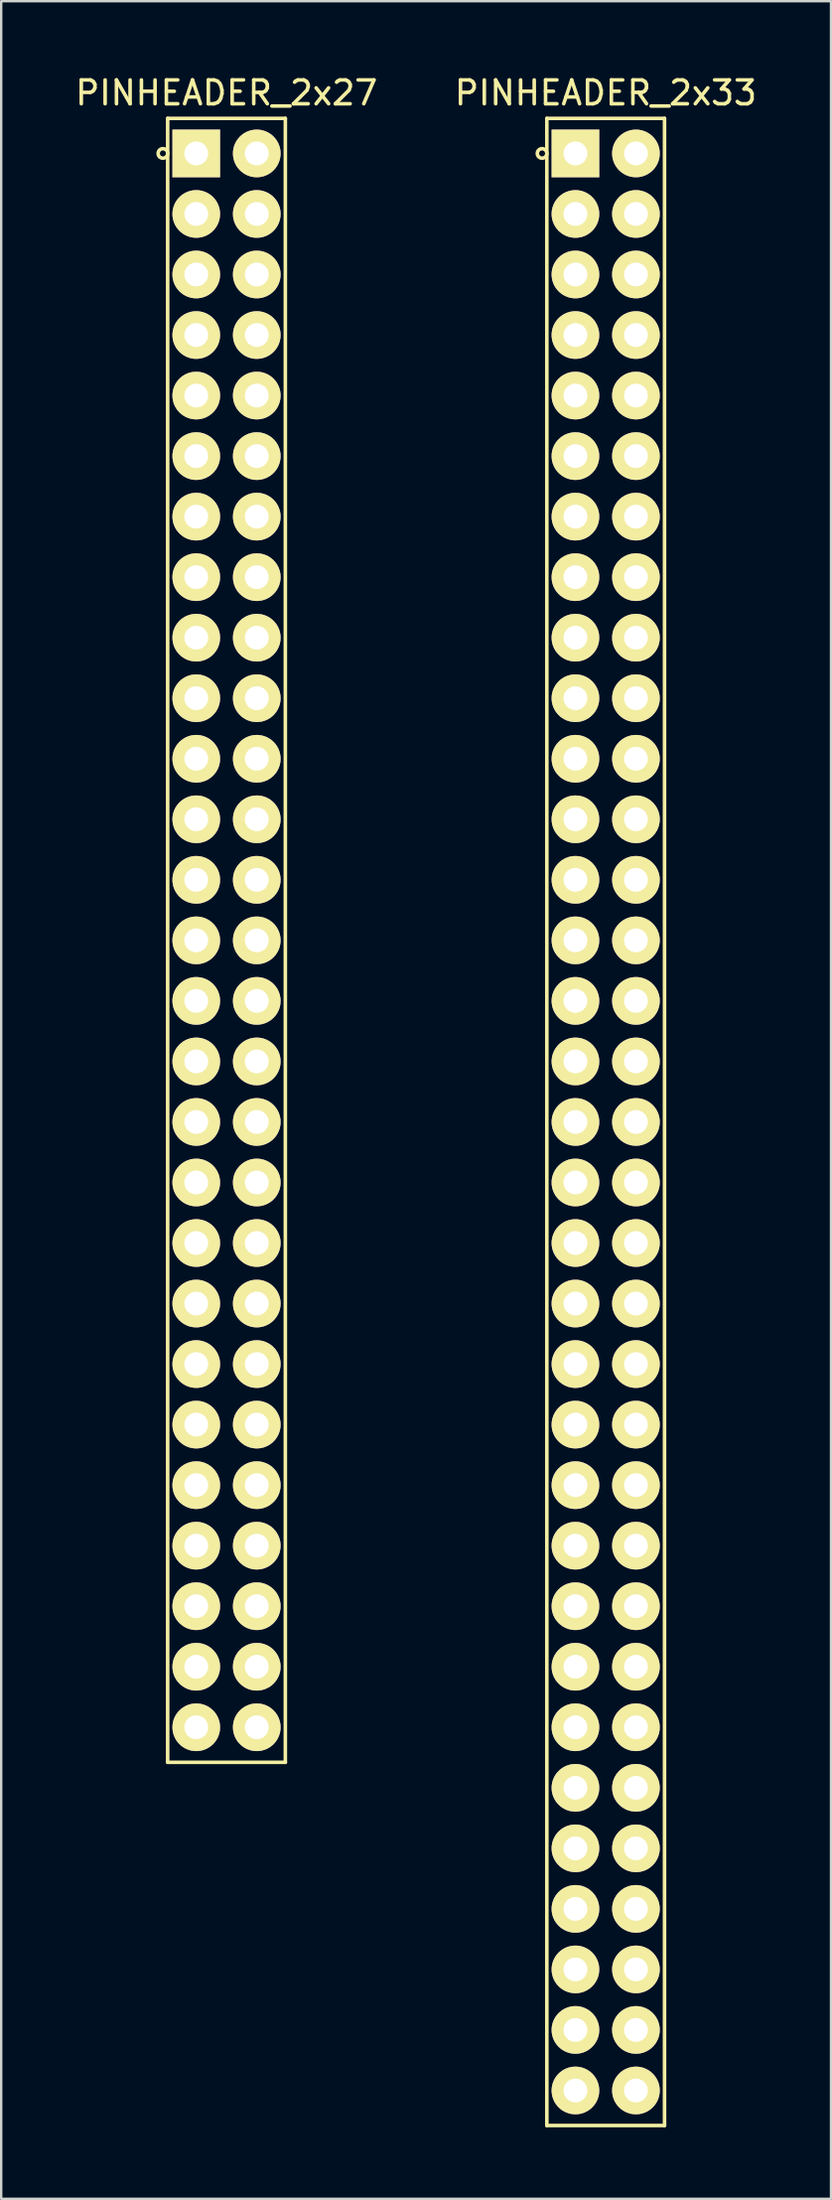
<source format=kicad_pcb>
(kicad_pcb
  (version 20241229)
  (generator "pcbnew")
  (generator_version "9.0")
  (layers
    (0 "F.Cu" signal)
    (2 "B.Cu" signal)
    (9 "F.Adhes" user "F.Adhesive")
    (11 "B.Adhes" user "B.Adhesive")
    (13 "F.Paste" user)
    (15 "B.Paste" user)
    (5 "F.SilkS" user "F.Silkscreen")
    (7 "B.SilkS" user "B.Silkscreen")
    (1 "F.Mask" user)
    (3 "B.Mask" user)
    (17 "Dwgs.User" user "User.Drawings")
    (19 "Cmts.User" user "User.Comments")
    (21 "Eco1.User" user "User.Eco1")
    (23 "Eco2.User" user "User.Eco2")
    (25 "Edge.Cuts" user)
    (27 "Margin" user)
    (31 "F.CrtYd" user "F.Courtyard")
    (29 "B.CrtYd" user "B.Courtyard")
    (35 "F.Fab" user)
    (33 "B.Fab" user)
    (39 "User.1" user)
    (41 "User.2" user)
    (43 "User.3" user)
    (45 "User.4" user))
  (footprint "PINHEADER_2x27"
    (layer "F.Cu")
    (at 5.188 3.388)
    (property "Reference" "PINHEADER_2x27" (at 1.27 -2.54 0) (layer "F.SilkS") (effects (font (size 1 1) (thickness 0.15))))
    (attr through_hole)
    (fp_line (start -1.2 -1.47) (end 3.74 -1.47) (stroke (width 0.15) (type solid)) (layer "F.SilkS"))
    (fp_line (start -1.2 67.51) (end -1.2 -1.47) (stroke (width 0.15) (type solid)) (layer "F.SilkS"))
    (fp_line (start 3.74 -1.47) (end 3.74 67.51) (stroke (width 0.15) (type solid)) (layer "F.SilkS"))
    (fp_line (start 3.74 67.51) (end -1.2 67.51) (stroke (width 0.15) (type solid)) (layer "F.SilkS"))
    (fp_circle (center -1.4 0) (end -1.4 0.2) (stroke (width 0.15) (type solid)) (fill no) (layer "F.SilkS"))
    (pad "1" thru_hole rect (at 0 0) (size 2 2) (drill 1) (layers "*.Cu" "*.Mask" "F.SilkS"))
    (pad "2" thru_hole circle (at 0 2.54) (size 2 2) (drill 1) (layers "*.Cu" "*.Mask" "F.SilkS"))
    (pad "3" thru_hole circle (at 0 5.08) (size 2 2) (drill 1) (layers "*.Cu" "*.Mask" "F.SilkS"))
    (pad "4" thru_hole circle (at 0 7.62) (size 2 2) (drill 1) (layers "*.Cu" "*.Mask" "F.SilkS"))
    (pad "5" thru_hole circle (at 0 10.16) (size 2 2) (drill 1) (layers "*.Cu" "*.Mask" "F.SilkS"))
    (pad "6" thru_hole circle (at 0 12.7) (size 2 2) (drill 1) (layers "*.Cu" "*.Mask" "F.SilkS"))
    (pad "7" thru_hole circle (at 0 15.24) (size 2 2) (drill 1) (layers "*.Cu" "*.Mask" "F.SilkS"))
    (pad "8" thru_hole circle (at 0 17.78) (size 2 2) (drill 1) (layers "*.Cu" "*.Mask" "F.SilkS"))
    (pad "9" thru_hole circle (at 0 20.32) (size 2 2) (drill 1) (layers "*.Cu" "*.Mask" "F.SilkS"))
    (pad "10" thru_hole circle (at 0 22.86) (size 2 2) (drill 1) (layers "*.Cu" "*.Mask" "F.SilkS"))
    (pad "11" thru_hole circle (at 0 25.4) (size 2 2) (drill 1) (layers "*.Cu" "*.Mask" "F.SilkS"))
    (pad "12" thru_hole circle (at 0 27.94) (size 2 2) (drill 1) (layers "*.Cu" "*.Mask" "F.SilkS"))
    (pad "13" thru_hole circle (at 0 30.48) (size 2 2) (drill 1) (layers "*.Cu" "*.Mask" "F.SilkS"))
    (pad "14" thru_hole circle (at 0 33.02) (size 2 2) (drill 1) (layers "*.Cu" "*.Mask" "F.SilkS"))
    (pad "15" thru_hole circle (at 0 35.56) (size 2 2) (drill 1) (layers "*.Cu" "*.Mask" "F.SilkS"))
    (pad "16" thru_hole circle (at 0 38.1) (size 2 2) (drill 1) (layers "*.Cu" "*.Mask" "F.SilkS"))
    (pad "17" thru_hole circle (at 0 40.64) (size 2 2) (drill 1) (layers "*.Cu" "*.Mask" "F.SilkS"))
    (pad "18" thru_hole circle (at 0 43.18) (size 2 2) (drill 1) (layers "*.Cu" "*.Mask" "F.SilkS"))
    (pad "19" thru_hole circle (at 0 45.72) (size 2 2) (drill 1) (layers "*.Cu" "*.Mask" "F.SilkS"))
    (pad "20" thru_hole circle (at 0 48.26) (size 2 2) (drill 1) (layers "*.Cu" "*.Mask" "F.SilkS"))
    (pad "21" thru_hole circle (at 0 50.8) (size 2 2) (drill 1) (layers "*.Cu" "*.Mask" "F.SilkS"))
    (pad "22" thru_hole circle (at 0 53.34) (size 2 2) (drill 1) (layers "*.Cu" "*.Mask" "F.SilkS"))
    (pad "23" thru_hole circle (at 0 55.88) (size 2 2) (drill 1) (layers "*.Cu" "*.Mask" "F.SilkS"))
    (pad "24" thru_hole circle (at 0 58.42) (size 2 2) (drill 1) (layers "*.Cu" "*.Mask" "F.SilkS"))
    (pad "25" thru_hole circle (at 0 60.96) (size 2 2) (drill 1) (layers "*.Cu" "*.Mask" "F.SilkS"))
    (pad "26" thru_hole circle (at 0 63.5) (size 2 2) (drill 1) (layers "*.Cu" "*.Mask" "F.SilkS"))
    (pad "27" thru_hole circle (at 0 66.04) (size 2 2) (drill 1) (layers "*.Cu" "*.Mask" "F.SilkS"))
    (pad "28" thru_hole circle (at 2.54 66.04) (size 2 2) (drill 1) (layers "*.Cu" "*.Mask" "F.SilkS"))
    (pad "29" thru_hole circle (at 2.54 63.5) (size 2 2) (drill 1) (layers "*.Cu" "*.Mask" "F.SilkS"))
    (pad "30" thru_hole circle (at 2.54 60.96) (size 2 2) (drill 1) (layers "*.Cu" "*.Mask" "F.SilkS"))
    (pad "31" thru_hole circle (at 2.54 58.42) (size 2 2) (drill 1) (layers "*.Cu" "*.Mask" "F.SilkS"))
    (pad "32" thru_hole circle (at 2.54 55.88) (size 2 2) (drill 1) (layers "*.Cu" "*.Mask" "F.SilkS"))
    (pad "33" thru_hole circle (at 2.54 53.34) (size 2 2) (drill 1) (layers "*.Cu" "*.Mask" "F.SilkS"))
    (pad "34" thru_hole circle (at 2.54 50.8) (size 2 2) (drill 1) (layers "*.Cu" "*.Mask" "F.SilkS"))
    (pad "35" thru_hole circle (at 2.54 48.26) (size 2 2) (drill 1) (layers "*.Cu" "*.Mask" "F.SilkS"))
    (pad "36" thru_hole circle (at 2.54 45.72) (size 2 2) (drill 1) (layers "*.Cu" "*.Mask" "F.SilkS"))
    (pad "37" thru_hole circle (at 2.54 43.18) (size 2 2) (drill 1) (layers "*.Cu" "*.Mask" "F.SilkS"))
    (pad "38" thru_hole circle (at 2.54 40.64) (size 2 2) (drill 1) (layers "*.Cu" "*.Mask" "F.SilkS"))
    (pad "39" thru_hole circle (at 2.54 38.1) (size 2 2) (drill 1) (layers "*.Cu" "*.Mask" "F.SilkS"))
    (pad "40" thru_hole circle (at 2.54 35.56) (size 2 2) (drill 1) (layers "*.Cu" "*.Mask" "F.SilkS"))
    (pad "41" thru_hole circle (at 2.54 33.02) (size 2 2) (drill 1) (layers "*.Cu" "*.Mask" "F.SilkS"))
    (pad "42" thru_hole circle (at 2.54 30.48) (size 2 2) (drill 1) (layers "*.Cu" "*.Mask" "F.SilkS"))
    (pad "43" thru_hole circle (at 2.54 27.94) (size 2 2) (drill 1) (layers "*.Cu" "*.Mask" "F.SilkS"))
    (pad "44" thru_hole circle (at 2.54 25.4) (size 2 2) (drill 1) (layers "*.Cu" "*.Mask" "F.SilkS"))
    (pad "45" thru_hole circle (at 2.54 22.86) (size 2 2) (drill 1) (layers "*.Cu" "*.Mask" "F.SilkS"))
    (pad "46" thru_hole circle (at 2.54 20.32) (size 2 2) (drill 1) (layers "*.Cu" "*.Mask" "F.SilkS"))
    (pad "47" thru_hole circle (at 2.54 17.78) (size 2 2) (drill 1) (layers "*.Cu" "*.Mask" "F.SilkS"))
    (pad "48" thru_hole circle (at 2.54 15.24) (size 2 2) (drill 1) (layers "*.Cu" "*.Mask" "F.SilkS"))
    (pad "49" thru_hole circle (at 2.54 12.7) (size 2 2) (drill 1) (layers "*.Cu" "*.Mask" "F.SilkS"))
    (pad "50" thru_hole circle (at 2.54 10.16) (size 2 2) (drill 1) (layers "*.Cu" "*.Mask" "F.SilkS"))
    (pad "51" thru_hole circle (at 2.54 7.62) (size 2 2) (drill 1) (layers "*.Cu" "*.Mask" "F.SilkS"))
    (pad "52" thru_hole circle (at 2.54 5.08) (size 2 2) (drill 1) (layers "*.Cu" "*.Mask" "F.SilkS"))
    (pad "53" thru_hole circle (at 2.54 2.54) (size 2 2) (drill 1) (layers "*.Cu" "*.Mask" "F.SilkS"))
    (pad "54" thru_hole circle (at 2.54 0) (size 2 2) (drill 1) (layers "*.Cu" "*.Mask" "F.SilkS")))
  (footprint "PINHEADER_2x33"
    (layer "F.Cu")
    (at 21.105 3.388)
    (property "Reference" "PINHEADER_2x33" (at 1.27 -2.54 0) (layer "F.SilkS") (effects (font (size 1 1) (thickness 0.15))))
    (attr through_hole)
    (fp_line (start -1.2 -1.47) (end 3.74 -1.47) (stroke (width 0.15) (type solid)) (layer "F.SilkS"))
    (fp_line (start -1.2 82.75) (end -1.2 -1.47) (stroke (width 0.15) (type solid)) (layer "F.SilkS"))
    (fp_line (start 3.74 -1.47) (end 3.74 82.75) (stroke (width 0.15) (type solid)) (layer "F.SilkS"))
    (fp_line (start 3.74 82.75) (end -1.2 82.75) (stroke (width 0.15) (type solid)) (layer "F.SilkS"))
    (fp_circle (center -1.4 0) (end -1.4 0.2) (stroke (width 0.15) (type solid)) (fill no) (layer "F.SilkS"))
    (pad "1" thru_hole rect (at 0 0) (size 2 2) (drill 1) (layers "*.Cu" "*.Mask" "F.SilkS"))
    (pad "2" thru_hole circle (at 0 2.54) (size 2 2) (drill 1) (layers "*.Cu" "*.Mask" "F.SilkS"))
    (pad "3" thru_hole circle (at 0 5.08) (size 2 2) (drill 1) (layers "*.Cu" "*.Mask" "F.SilkS"))
    (pad "4" thru_hole circle (at 0 7.62) (size 2 2) (drill 1) (layers "*.Cu" "*.Mask" "F.SilkS"))
    (pad "5" thru_hole circle (at 0 10.16) (size 2 2) (drill 1) (layers "*.Cu" "*.Mask" "F.SilkS"))
    (pad "6" thru_hole circle (at 0 12.7) (size 2 2) (drill 1) (layers "*.Cu" "*.Mask" "F.SilkS"))
    (pad "7" thru_hole circle (at 0 15.24) (size 2 2) (drill 1) (layers "*.Cu" "*.Mask" "F.SilkS"))
    (pad "8" thru_hole circle (at 0 17.78) (size 2 2) (drill 1) (layers "*.Cu" "*.Mask" "F.SilkS"))
    (pad "9" thru_hole circle (at 0 20.32) (size 2 2) (drill 1) (layers "*.Cu" "*.Mask" "F.SilkS"))
    (pad "10" thru_hole circle (at 0 22.86) (size 2 2) (drill 1) (layers "*.Cu" "*.Mask" "F.SilkS"))
    (pad "11" thru_hole circle (at 0 25.4) (size 2 2) (drill 1) (layers "*.Cu" "*.Mask" "F.SilkS"))
    (pad "12" thru_hole circle (at 0 27.94) (size 2 2) (drill 1) (layers "*.Cu" "*.Mask" "F.SilkS"))
    (pad "13" thru_hole circle (at 0 30.48) (size 2 2) (drill 1) (layers "*.Cu" "*.Mask" "F.SilkS"))
    (pad "14" thru_hole circle (at 0 33.02) (size 2 2) (drill 1) (layers "*.Cu" "*.Mask" "F.SilkS"))
    (pad "15" thru_hole circle (at 0 35.56) (size 2 2) (drill 1) (layers "*.Cu" "*.Mask" "F.SilkS"))
    (pad "16" thru_hole circle (at 0 38.1) (size 2 2) (drill 1) (layers "*.Cu" "*.Mask" "F.SilkS"))
    (pad "17" thru_hole circle (at 0 40.64) (size 2 2) (drill 1) (layers "*.Cu" "*.Mask" "F.SilkS"))
    (pad "18" thru_hole circle (at 0 43.18) (size 2 2) (drill 1) (layers "*.Cu" "*.Mask" "F.SilkS"))
    (pad "19" thru_hole circle (at 0 45.72) (size 2 2) (drill 1) (layers "*.Cu" "*.Mask" "F.SilkS"))
    (pad "20" thru_hole circle (at 0 48.26) (size 2 2) (drill 1) (layers "*.Cu" "*.Mask" "F.SilkS"))
    (pad "21" thru_hole circle (at 0 50.8) (size 2 2) (drill 1) (layers "*.Cu" "*.Mask" "F.SilkS"))
    (pad "22" thru_hole circle (at 0 53.34) (size 2 2) (drill 1) (layers "*.Cu" "*.Mask" "F.SilkS"))
    (pad "23" thru_hole circle (at 0 55.88) (size 2 2) (drill 1) (layers "*.Cu" "*.Mask" "F.SilkS"))
    (pad "24" thru_hole circle (at 0 58.42) (size 2 2) (drill 1) (layers "*.Cu" "*.Mask" "F.SilkS"))
    (pad "25" thru_hole circle (at 0 60.96) (size 2 2) (drill 1) (layers "*.Cu" "*.Mask" "F.SilkS"))
    (pad "26" thru_hole circle (at 0 63.5) (size 2 2) (drill 1) (layers "*.Cu" "*.Mask" "F.SilkS"))
    (pad "27" thru_hole circle (at 0 66.04) (size 2 2) (drill 1) (layers "*.Cu" "*.Mask" "F.SilkS"))
    (pad "28" thru_hole circle (at 0 68.58) (size 2 2) (drill 1) (layers "*.Cu" "*.Mask" "F.SilkS"))
    (pad "29" thru_hole circle (at 0 71.12) (size 2 2) (drill 1) (layers "*.Cu" "*.Mask" "F.SilkS"))
    (pad "30" thru_hole circle (at 0 73.66) (size 2 2) (drill 1) (layers "*.Cu" "*.Mask" "F.SilkS"))
    (pad "31" thru_hole circle (at 0 76.2) (size 2 2) (drill 1) (layers "*.Cu" "*.Mask" "F.SilkS"))
    (pad "32" thru_hole circle (at 0 78.74) (size 2 2) (drill 1) (layers "*.Cu" "*.Mask" "F.SilkS"))
    (pad "33" thru_hole circle (at 0 81.28) (size 2 2) (drill 1) (layers "*.Cu" "*.Mask" "F.SilkS"))
    (pad "34" thru_hole circle (at 2.54 81.28) (size 2 2) (drill 1) (layers "*.Cu" "*.Mask" "F.SilkS"))
    (pad "35" thru_hole circle (at 2.54 78.74) (size 2 2) (drill 1) (layers "*.Cu" "*.Mask" "F.SilkS"))
    (pad "36" thru_hole circle (at 2.54 76.2) (size 2 2) (drill 1) (layers "*.Cu" "*.Mask" "F.SilkS"))
    (pad "37" thru_hole circle (at 2.54 73.66) (size 2 2) (drill 1) (layers "*.Cu" "*.Mask" "F.SilkS"))
    (pad "38" thru_hole circle (at 2.54 71.12) (size 2 2) (drill 1) (layers "*.Cu" "*.Mask" "F.SilkS"))
    (pad "39" thru_hole circle (at 2.54 68.58) (size 2 2) (drill 1) (layers "*.Cu" "*.Mask" "F.SilkS"))
    (pad "40" thru_hole circle (at 2.54 66.04) (size 2 2) (drill 1) (layers "*.Cu" "*.Mask" "F.SilkS"))
    (pad "41" thru_hole circle (at 2.54 63.5) (size 2 2) (drill 1) (layers "*.Cu" "*.Mask" "F.SilkS"))
    (pad "42" thru_hole circle (at 2.54 60.96) (size 2 2) (drill 1) (layers "*.Cu" "*.Mask" "F.SilkS"))
    (pad "43" thru_hole circle (at 2.54 58.42) (size 2 2) (drill 1) (layers "*.Cu" "*.Mask" "F.SilkS"))
    (pad "44" thru_hole circle (at 2.54 55.88) (size 2 2) (drill 1) (layers "*.Cu" "*.Mask" "F.SilkS"))
    (pad "45" thru_hole circle (at 2.54 53.34) (size 2 2) (drill 1) (layers "*.Cu" "*.Mask" "F.SilkS"))
    (pad "46" thru_hole circle (at 2.54 50.8) (size 2 2) (drill 1) (layers "*.Cu" "*.Mask" "F.SilkS"))
    (pad "47" thru_hole circle (at 2.54 48.26) (size 2 2) (drill 1) (layers "*.Cu" "*.Mask" "F.SilkS"))
    (pad "48" thru_hole circle (at 2.54 45.72) (size 2 2) (drill 1) (layers "*.Cu" "*.Mask" "F.SilkS"))
    (pad "49" thru_hole circle (at 2.54 43.18) (size 2 2) (drill 1) (layers "*.Cu" "*.Mask" "F.SilkS"))
    (pad "50" thru_hole circle (at 2.54 40.64) (size 2 2) (drill 1) (layers "*.Cu" "*.Mask" "F.SilkS"))
    (pad "51" thru_hole circle (at 2.54 38.1) (size 2 2) (drill 1) (layers "*.Cu" "*.Mask" "F.SilkS"))
    (pad "52" thru_hole circle (at 2.54 35.56) (size 2 2) (drill 1) (layers "*.Cu" "*.Mask" "F.SilkS"))
    (pad "53" thru_hole circle (at 2.54 33.02) (size 2 2) (drill 1) (layers "*.Cu" "*.Mask" "F.SilkS"))
    (pad "54" thru_hole circle (at 2.54 30.48) (size 2 2) (drill 1) (layers "*.Cu" "*.Mask" "F.SilkS"))
    (pad "55" thru_hole circle (at 2.54 27.94) (size 2 2) (drill 1) (layers "*.Cu" "*.Mask" "F.SilkS"))
    (pad "56" thru_hole circle (at 2.54 25.4) (size 2 2) (drill 1) (layers "*.Cu" "*.Mask" "F.SilkS"))
    (pad "57" thru_hole circle (at 2.54 22.86) (size 2 2) (drill 1) (layers "*.Cu" "*.Mask" "F.SilkS"))
    (pad "58" thru_hole circle (at 2.54 20.32) (size 2 2) (drill 1) (layers "*.Cu" "*.Mask" "F.SilkS"))
    (pad "59" thru_hole circle (at 2.54 17.78) (size 2 2) (drill 1) (layers "*.Cu" "*.Mask" "F.SilkS"))
    (pad "60" thru_hole circle (at 2.54 15.24) (size 2 2) (drill 1) (layers "*.Cu" "*.Mask" "F.SilkS"))
    (pad "61" thru_hole circle (at 2.54 12.7) (size 2 2) (drill 1) (layers "*.Cu" "*.Mask" "F.SilkS"))
    (pad "62" thru_hole circle (at 2.54 10.16) (size 2 2) (drill 1) (layers "*.Cu" "*.Mask" "F.SilkS"))
    (pad "63" thru_hole circle (at 2.54 7.62) (size 2 2) (drill 1) (layers "*.Cu" "*.Mask" "F.SilkS"))
    (pad "64" thru_hole circle (at 2.54 5.08) (size 2 2) (drill 1) (layers "*.Cu" "*.Mask" "F.SilkS"))
    (pad "65" thru_hole circle (at 2.54 2.54) (size 2 2) (drill 1) (layers "*.Cu" "*.Mask" "F.SilkS"))
    (pad "66" thru_hole circle (at 2.54 0) (size 2 2) (drill 1) (layers "*.Cu" "*.Mask" "F.SilkS")))
  (gr_rect
    (start -3 -3)
    (end 31.833 89.213)
    (stroke (width 0.1) (type default))
    (fill no)
    (layer "Edge.Cuts")))
</source>
